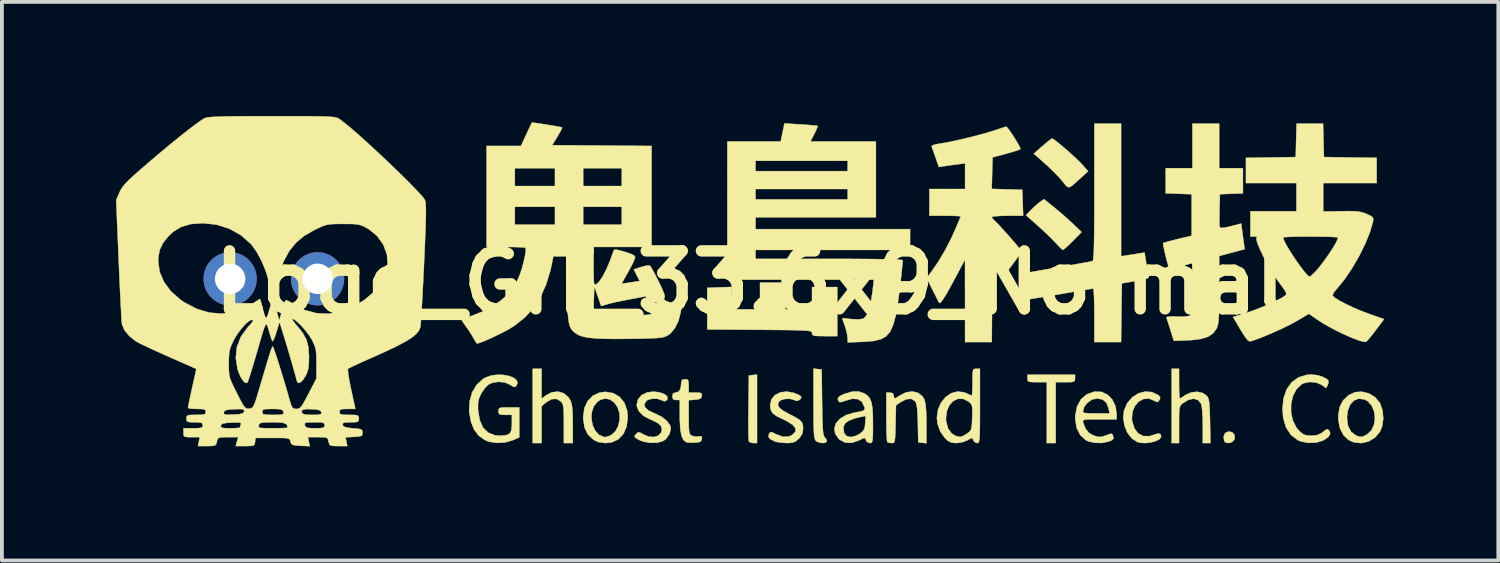
<source format=kicad_pcb>
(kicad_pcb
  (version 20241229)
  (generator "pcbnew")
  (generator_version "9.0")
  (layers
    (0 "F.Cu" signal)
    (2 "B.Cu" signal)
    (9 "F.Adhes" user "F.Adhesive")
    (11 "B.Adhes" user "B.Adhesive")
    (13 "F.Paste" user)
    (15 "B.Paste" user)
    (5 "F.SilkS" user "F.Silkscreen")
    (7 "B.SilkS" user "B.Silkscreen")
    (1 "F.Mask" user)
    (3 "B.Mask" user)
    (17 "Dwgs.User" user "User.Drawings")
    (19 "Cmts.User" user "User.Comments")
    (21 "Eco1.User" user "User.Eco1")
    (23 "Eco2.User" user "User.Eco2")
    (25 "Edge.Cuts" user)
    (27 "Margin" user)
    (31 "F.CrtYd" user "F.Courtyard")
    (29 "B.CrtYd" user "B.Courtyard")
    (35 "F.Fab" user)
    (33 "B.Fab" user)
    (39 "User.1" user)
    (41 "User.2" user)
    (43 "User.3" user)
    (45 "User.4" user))
  (footprint "Logo_GIT_33.6x9_Normal"
    (layer "F.Cu")
    (at 16.702 4.382)
    (property "Reference" "Logo_GIT_33.6x9_Normal" (at 0 0 0) (layer "F.SilkS") (effects (font (size 1.524 1.524) (thickness 0.3))))
    (attr through_hole)
    (fp_poly (pts (xy 12.653 3.934) (xy 12.713 4.005) (xy 12.716 4.103) (xy 12.7 4.142) (xy 12.637 4.199) (xy 12.55 4.22) (xy 12.472 4.201) (xy 12.442 4.165) (xy 12.425 4.047) (xy 12.465 3.957) (xy 12.551 3.915) (xy 12.653 3.934)) (stroke (width 0.01) (type solid)) (fill yes) (layer "F.SilkS"))
    (fp_poly (pts (xy 0.156 4.22) (xy 0.057 4.22) (xy -0.024 4.203) (xy -0.061 4.17) (xy -0.066 4.118) (xy -0.069 4) (xy -0.072 3.828) (xy -0.072 3.614) (xy -0.07 3.371) (xy -0.069 3.281) (xy -0.059 2.442) (xy 0.049 2.43) (xy 0.156 2.418) (xy 0.156 4.22)) (stroke (width 0.01) (type solid)) (fill yes) (layer "F.SilkS"))
    (fp_poly (pts (xy 8.519 2.52) (xy 8.514 2.573) (xy 8.489 2.602) (xy 8.426 2.615) (xy 8.306 2.618) (xy 8.265 2.618) (xy 8.011 2.618) (xy 8.011 4.22) (xy 7.776 4.22) (xy 7.776 2.618) (xy 7.522 2.618) (xy 7.386 2.616) (xy 7.31 2.607) (xy 7.276 2.582) (xy 7.268 2.536) (xy 7.268 2.52) (xy 7.268 2.423) (xy 8.519 2.423) (xy 8.519 2.52)) (stroke (width 0.01) (type solid)) (fill yes) (layer "F.SilkS"))
    (fp_poly (pts (xy 7.983 -1.968) (xy 8.143 -1.835) (xy 8.31 -1.688) (xy 8.455 -1.556) (xy 8.478 -1.534) (xy 8.691 -1.328) (xy 8.46 -1.094) (xy 8.351 -0.987) (xy 8.263 -0.906) (xy 8.209 -0.863) (xy 8.201 -0.86) (xy 8.162 -0.887) (xy 8.091 -0.957) (xy 8.024 -1.029) (xy 7.93 -1.128) (xy 7.797 -1.259) (xy 7.647 -1.4) (xy 7.552 -1.486) (xy 7.229 -1.774) (xy 7.356 -1.906) (xy 7.461 -2.007) (xy 7.566 -2.097) (xy 7.592 -2.117) (xy 7.7 -2.195) (xy 7.983 -1.968)) (stroke (width 0.01) (type solid)) (fill yes) (layer "F.SilkS"))
    (fp_poly (pts (xy 1.749 2.274) (xy 1.856 2.286) (xy 1.867 3.151) (xy 1.871 3.443) (xy 1.877 3.666) (xy 1.884 3.829) (xy 1.895 3.942) (xy 1.908 4.014) (xy 1.926 4.055) (xy 1.935 4.065) (xy 1.984 4.131) (xy 1.993 4.166) (xy 1.961 4.207) (xy 1.885 4.22) (xy 1.793 4.207) (xy 1.714 4.169) (xy 1.703 4.159) (xy 1.683 4.129) (xy 1.668 4.079) (xy 1.656 3.998) (xy 1.649 3.877) (xy 1.644 3.706) (xy 1.642 3.477) (xy 1.641 3.179) (xy 1.641 2.261) (xy 1.749 2.274)) (stroke (width 0.01) (type solid)) (fill yes) (layer "F.SilkS"))
    (fp_poly (pts (xy 7.96 -3.766) (xy 8.049 -3.699) (xy 8.167 -3.602) (xy 8.302 -3.487) (xy 8.439 -3.365) (xy 8.566 -3.248) (xy 8.668 -3.147) (xy 8.709 -3.103) (xy 8.864 -2.928) (xy 8.681 -2.763) (xy 8.538 -2.633) (xy 8.441 -2.55) (xy 8.374 -2.511) (xy 8.324 -2.513) (xy 8.276 -2.554) (xy 8.215 -2.631) (xy 8.187 -2.667) (xy 8.086 -2.782) (xy 7.948 -2.924) (xy 7.797 -3.069) (xy 7.732 -3.127) (xy 7.434 -3.391) (xy 7.661 -3.591) (xy 7.772 -3.685) (xy 7.861 -3.756) (xy 7.91 -3.789) (xy 7.915 -3.79) (xy 7.96 -3.766)) (stroke (width 0.01) (type solid)) (fill yes) (layer "F.SilkS"))
    (fp_poly (pts (xy -5.51 3.054) (xy -5.408 2.974) (xy -5.245 2.885) (xy -5.078 2.865) (xy -4.925 2.91) (xy -4.801 3.017) (xy -4.758 3.087) (xy -4.727 3.165) (xy -4.707 3.265) (xy -4.695 3.403) (xy -4.69 3.595) (xy -4.689 3.722) (xy -4.689 4.22) (xy -4.924 4.22) (xy -4.924 3.712) (xy -4.925 3.501) (xy -4.929 3.353) (xy -4.94 3.254) (xy -4.957 3.19) (xy -4.984 3.146) (xy -5.002 3.126) (xy -5.117 3.058) (xy -5.247 3.065) (xy -5.387 3.147) (xy -5.39 3.149) (xy -5.51 3.25) (xy -5.51 4.22) (xy -5.744 4.22) (xy -5.744 2.266) (xy -5.51 2.266) (xy -5.51 3.054)) (stroke (width 0.01) (type solid)) (fill yes) (layer "F.SilkS"))
    (fp_poly (pts (xy 0.899 0.703) (xy 1.602 0.703) (xy 1.602 0.117) (xy 2.266 0.117) (xy 2.266 1.407) (xy 1.934 1.407) (xy 1.773 1.405) (xy 1.674 1.399) (xy 1.623 1.383) (xy 1.604 1.355) (xy 1.602 1.329) (xy 1.6 1.309) (xy 1.588 1.292) (xy 1.559 1.279) (xy 1.506 1.268) (xy 1.42 1.261) (xy 1.294 1.255) (xy 1.121 1.25) (xy 0.892 1.247) (xy 0.601 1.244) (xy 0.24 1.241) (xy 0.225 1.241) (xy -1.153 1.231) (xy -1.153 0.137) (xy -0.83 0.125) (xy -0.508 0.114) (xy -0.508 0.703) (xy 0.234 0.703) (xy 0.234 0) (xy 0.899 0) (xy 0.899 0.703)) (stroke (width 0.01) (type solid)) (fill yes) (layer "F.SilkS"))
    (fp_poly (pts (xy 10.542 2.879) (xy 10.698 2.952) (xy 10.756 3.006) (xy 10.752 3.061) (xy 10.737 3.088) (xy 10.695 3.138) (xy 10.646 3.132) (xy 10.602 3.105) (xy 10.458 3.049) (xy 10.317 3.061) (xy 10.191 3.13) (xy 10.091 3.246) (xy 10.028 3.4) (xy 10.013 3.581) (xy 10.02 3.641) (xy 10.079 3.832) (xy 10.18 3.965) (xy 10.315 4.035) (xy 10.477 4.037) (xy 10.571 4.008) (xy 10.694 3.969) (xy 10.763 3.981) (xy 10.785 4.045) (xy 10.785 4.046) (xy 10.75 4.109) (xy 10.657 4.162) (xy 10.527 4.2) (xy 10.382 4.219) (xy 10.241 4.213) (xy 10.16 4.193) (xy 10.015 4.101) (xy 9.898 3.953) (xy 9.82 3.768) (xy 9.786 3.566) (xy 9.807 3.366) (xy 9.808 3.361) (xy 9.893 3.167) (xy 10.023 3.016) (xy 10.184 2.913) (xy 10.361 2.866) (xy 10.542 2.879)) (stroke (width 0.01) (type solid)) (fill yes) (layer "F.SilkS"))
    (fp_poly (pts (xy 11.254 2.657) (xy 11.256 2.821) (xy 11.261 2.951) (xy 11.269 3.031) (xy 11.275 3.048) (xy 11.317 3.027) (xy 11.395 2.975) (xy 11.415 2.96) (xy 11.562 2.89) (xy 11.723 2.87) (xy 11.873 2.901) (xy 11.966 2.961) (xy 12.001 3) (xy 12.025 3.047) (xy 12.042 3.114) (xy 12.053 3.216) (xy 12.061 3.365) (xy 12.067 3.576) (xy 12.068 3.635) (xy 12.08 4.22) (xy 11.879 4.22) (xy 11.879 3.753) (xy 11.875 3.541) (xy 11.864 3.363) (xy 11.848 3.235) (xy 11.834 3.186) (xy 11.753 3.088) (xy 11.638 3.053) (xy 11.499 3.083) (xy 11.355 3.17) (xy 11.313 3.206) (xy 11.285 3.246) (xy 11.267 3.304) (xy 11.258 3.397) (xy 11.255 3.538) (xy 11.254 3.735) (xy 11.254 4.22) (xy 11.059 4.22) (xy 11.059 2.266) (xy 11.254 2.266) (xy 11.254 2.657)) (stroke (width 0.01) (type solid)) (fill yes) (layer "F.SilkS"))
    (fp_poly (pts (xy -3.624 2.907) (xy -3.456 3.006) (xy -3.332 3.16) (xy -3.26 3.363) (xy -3.243 3.532) (xy -3.272 3.778) (xy -3.354 3.975) (xy -3.487 4.117) (xy -3.664 4.2) (xy -3.83 4.22) (xy -4.026 4.191) (xy -4.146 4.132) (xy -4.292 3.994) (xy -4.38 3.812) (xy -4.414 3.586) (xy -4.198 3.586) (xy -4.166 3.751) (xy -4.098 3.896) (xy -3.999 4.005) (xy -3.872 4.059) (xy -3.837 4.062) (xy -3.769 4.047) (xy -3.676 4.007) (xy -3.576 3.918) (xy -3.499 3.783) (xy -3.455 3.603) (xy -3.461 3.432) (xy -3.511 3.28) (xy -3.594 3.159) (xy -3.702 3.078) (xy -3.826 3.048) (xy -3.958 3.079) (xy -4.044 3.136) (xy -4.141 3.261) (xy -4.191 3.417) (xy -4.198 3.586) (xy -4.414 3.586) (xy -4.415 3.578) (xy -4.416 3.532) (xy -4.385 3.301) (xy -4.297 3.112) (xy -4.16 2.972) (xy -3.98 2.89) (xy -3.83 2.872) (xy -3.624 2.907)) (stroke (width 0.01) (type solid)) (fill yes) (layer "F.SilkS"))
    (fp_poly (pts (xy 4.392 2.899) (xy 4.509 2.991) (xy 4.557 3.073) (xy 4.585 3.187) (xy 4.603 3.371) (xy 4.611 3.628) (xy 4.611 3.714) (xy 4.611 4.225) (xy 4.504 4.213) (xy 4.396 4.201) (xy 4.385 3.694) (xy 4.378 3.473) (xy 4.368 3.316) (xy 4.352 3.211) (xy 4.33 3.146) (xy 4.311 3.118) (xy 4.208 3.056) (xy 4.078 3.067) (xy 3.943 3.137) (xy 3.81 3.227) (xy 3.799 3.724) (xy 3.794 3.928) (xy 3.788 4.067) (xy 3.778 4.153) (xy 3.762 4.199) (xy 3.738 4.217) (xy 3.702 4.22) (xy 3.698 4.22) (xy 3.617 4.21) (xy 3.582 4.194) (xy 3.573 4.148) (xy 3.566 4.038) (xy 3.56 3.876) (xy 3.557 3.678) (xy 3.556 3.53) (xy 3.556 2.892) (xy 3.654 2.892) (xy 3.73 2.91) (xy 3.751 2.97) (xy 3.759 3.03) (xy 3.791 3.041) (xy 3.862 3.002) (xy 3.908 2.97) (xy 4.075 2.885) (xy 4.242 2.863) (xy 4.392 2.899)) (stroke (width 0.01) (type solid)) (fill yes) (layer "F.SilkS"))
    (fp_poly (pts (xy 16.243 2.913) (xy 16.406 3.011) (xy 16.53 3.156) (xy 16.546 3.185) (xy 16.607 3.369) (xy 16.624 3.576) (xy 16.597 3.777) (xy 16.543 3.913) (xy 16.41 4.073) (xy 16.238 4.178) (xy 16.046 4.222) (xy 15.85 4.2) (xy 15.716 4.141) (xy 15.579 4.014) (xy 15.486 3.833) (xy 15.443 3.614) (xy 15.443 3.56) (xy 15.67 3.56) (xy 15.697 3.767) (xy 15.778 3.922) (xy 15.908 4.021) (xy 15.919 4.026) (xy 16.012 4.055) (xy 16.086 4.05) (xy 16.178 4.004) (xy 16.203 3.989) (xy 16.317 3.879) (xy 16.383 3.729) (xy 16.405 3.559) (xy 16.383 3.387) (xy 16.32 3.234) (xy 16.215 3.117) (xy 16.13 3.072) (xy 15.979 3.052) (xy 15.851 3.101) (xy 15.752 3.212) (xy 15.689 3.376) (xy 15.67 3.56) (xy 15.443 3.56) (xy 15.443 3.472) (xy 15.481 3.263) (xy 15.566 3.101) (xy 15.712 2.961) (xy 15.715 2.96) (xy 15.879 2.882) (xy 16.061 2.868) (xy 16.243 2.913)) (stroke (width 0.01) (type solid)) (fill yes) (layer "F.SilkS"))
    (fp_poly (pts (xy 14.883 2.433) (xy 15.029 2.476) (xy 15.141 2.536) (xy 15.181 2.578) (xy 15.183 2.639) (xy 15.162 2.696) (xy 15.12 2.775) (xy 15.008 2.692) (xy 14.864 2.628) (xy 14.694 2.613) (xy 14.532 2.646) (xy 14.473 2.676) (xy 14.338 2.809) (xy 14.247 2.988) (xy 14.201 3.196) (xy 14.2 3.415) (xy 14.246 3.627) (xy 14.34 3.813) (xy 14.406 3.892) (xy 14.502 3.976) (xy 14.593 4.015) (xy 14.719 4.025) (xy 14.73 4.025) (xy 14.878 4.012) (xy 14.989 3.964) (xy 15.037 3.928) (xy 15.116 3.868) (xy 15.162 3.857) (xy 15.202 3.89) (xy 15.204 3.892) (xy 15.231 3.973) (xy 15.181 4.058) (xy 15.056 4.145) (xy 15.042 4.152) (xy 14.865 4.206) (xy 14.66 4.215) (xy 14.462 4.178) (xy 14.374 4.141) (xy 14.196 4.004) (xy 14.069 3.811) (xy 13.994 3.566) (xy 13.973 3.322) (xy 14.002 3.039) (xy 14.086 2.802) (xy 14.219 2.618) (xy 14.399 2.49) (xy 14.619 2.425) (xy 14.73 2.417) (xy 14.883 2.433)) (stroke (width 0.01) (type solid)) (fill yes) (layer "F.SilkS"))
    (fp_poly (pts (xy -2.388 2.891) (xy -2.261 2.942) (xy -2.198 3.006) (xy -2.205 3.076) (xy -2.223 3.098) (xy -2.279 3.123) (xy -2.345 3.096) (xy -2.457 3.057) (xy -2.589 3.052) (xy -2.706 3.079) (xy -2.752 3.109) (xy -2.807 3.197) (xy -2.789 3.281) (xy -2.697 3.363) (xy -2.528 3.444) (xy -2.49 3.459) (xy -2.34 3.536) (xy -2.215 3.638) (xy -2.133 3.748) (xy -2.11 3.831) (xy -2.144 3.976) (xy -2.232 4.105) (xy -2.311 4.165) (xy -2.465 4.21) (xy -2.652 4.214) (xy -2.839 4.18) (xy -2.944 4.138) (xy -3.035 4.086) (xy -3.067 4.05) (xy -3.049 4.01) (xy -3.028 3.986) (xy -2.981 3.941) (xy -2.936 3.936) (xy -2.864 3.973) (xy -2.839 3.988) (xy -2.691 4.051) (xy -2.551 4.06) (xy -2.436 4.021) (xy -2.363 3.939) (xy -2.345 3.851) (xy -2.371 3.767) (xy -2.457 3.691) (xy -2.61 3.615) (xy -2.657 3.596) (xy -2.834 3.502) (xy -2.954 3.381) (xy -3.007 3.245) (xy -3.009 3.215) (xy -2.974 3.069) (xy -2.88 2.958) (xy -2.738 2.888) (xy -2.562 2.865) (xy -2.388 2.891)) (stroke (width 0.01) (type solid)) (fill yes) (layer "F.SilkS"))
    (fp_poly (pts (xy -1.679 2.547) (xy -1.65 2.583) (xy -1.642 2.668) (xy -1.641 2.716) (xy -1.641 2.892) (xy -1.463 2.892) (xy -1.354 2.895) (xy -1.304 2.913) (xy -1.294 2.955) (xy -1.297 2.98) (xy -1.318 3.037) (xy -1.376 3.067) (xy -1.475 3.08) (xy -1.641 3.092) (xy -1.641 3.537) (xy -1.64 3.731) (xy -1.635 3.861) (xy -1.624 3.943) (xy -1.605 3.99) (xy -1.574 4.018) (xy -1.559 4.027) (xy -1.457 4.052) (xy -1.381 4.046) (xy -1.311 4.038) (xy -1.293 4.075) (xy -1.296 4.111) (xy -1.316 4.168) (xy -1.367 4.196) (xy -1.473 4.208) (xy -1.485 4.208) (xy -1.603 4.209) (xy -1.692 4.2) (xy -1.71 4.195) (xy -1.781 4.137) (xy -1.831 4.025) (xy -1.862 3.854) (xy -1.875 3.616) (xy -1.876 3.519) (xy -1.876 3.087) (xy -1.973 3.087) (xy -2.048 3.071) (xy -2.071 3.007) (xy -2.071 2.989) (xy -2.055 2.915) (xy -1.991 2.892) (xy -1.978 2.892) (xy -1.897 2.861) (xy -1.85 2.767) (xy -1.837 2.628) (xy -1.818 2.56) (xy -1.747 2.54) (xy -1.739 2.54) (xy -1.679 2.547)) (stroke (width 0.01) (type solid)) (fill yes) (layer "F.SilkS"))
    (fp_poly (pts (xy 1.121 2.898) (xy 1.154 2.91) (xy 1.272 2.961) (xy 1.321 3.005) (xy 1.308 3.051) (xy 1.272 3.085) (xy 1.204 3.112) (xy 1.134 3.088) (xy 1.025 3.057) (xy 0.898 3.059) (xy 0.787 3.089) (xy 0.727 3.136) (xy 0.705 3.213) (xy 0.742 3.289) (xy 0.845 3.37) (xy 1.005 3.458) (xy 1.17 3.543) (xy 1.276 3.611) (xy 1.336 3.675) (xy 1.362 3.749) (xy 1.368 3.837) (xy 1.349 3.969) (xy 1.281 4.077) (xy 1.253 4.106) (xy 1.172 4.176) (xy 1.088 4.209) (xy 0.969 4.218) (xy 0.931 4.218) (xy 0.792 4.209) (xy 0.671 4.19) (xy 0.627 4.177) (xy 0.507 4.118) (xy 0.457 4.058) (xy 0.467 3.989) (xy 0.471 3.982) (xy 0.5 3.938) (xy 0.536 3.931) (xy 0.605 3.96) (xy 0.655 3.986) (xy 0.835 4.054) (xy 0.99 4.049) (xy 1.085 4.003) (xy 1.165 3.92) (xy 1.167 3.832) (xy 1.094 3.741) (xy 0.943 3.644) (xy 0.821 3.585) (xy 0.661 3.506) (xy 0.563 3.43) (xy 0.514 3.341) (xy 0.5 3.224) (xy 0.5 3.216) (xy 0.534 3.07) (xy 0.627 2.958) (xy 0.765 2.887) (xy 0.934 2.865) (xy 1.121 2.898)) (stroke (width 0.01) (type solid)) (fill yes) (layer "F.SilkS"))
    (fp_poly (pts (xy 9.213 2.873) (xy 9.372 2.946) (xy 9.498 3.075) (xy 9.582 3.248) (xy 9.612 3.449) (xy 9.613 3.595) (xy 9.161 3.595) (xy 8.968 3.596) (xy 8.84 3.599) (xy 8.766 3.607) (xy 8.732 3.623) (xy 8.726 3.65) (xy 8.734 3.683) (xy 8.797 3.846) (xy 8.887 3.953) (xy 8.97 4.004) (xy 9.098 4.053) (xy 9.206 4.057) (xy 9.335 4.018) (xy 9.357 4.009) (xy 9.447 3.976) (xy 9.491 3.979) (xy 9.512 4.012) (xy 9.532 4.09) (xy 9.502 4.138) (xy 9.412 4.177) (xy 9.226 4.216) (xy 9.03 4.213) (xy 8.859 4.171) (xy 8.804 4.144) (xy 8.656 4.009) (xy 8.562 3.823) (xy 8.524 3.593) (xy 8.526 3.491) (xy 8.543 3.406) (xy 8.728 3.406) (xy 8.758 3.425) (xy 8.833 3.434) (xy 8.966 3.438) (xy 9.067 3.439) (xy 9.427 3.439) (xy 9.402 3.314) (xy 9.345 3.163) (xy 9.246 3.075) (xy 9.104 3.048) (xy 8.961 3.075) (xy 8.856 3.151) (xy 8.789 3.226) (xy 8.754 3.279) (xy 8.753 3.285) (xy 8.741 3.345) (xy 8.73 3.377) (xy 8.728 3.406) (xy 8.543 3.406) (xy 8.572 3.256) (xy 8.673 3.07) (xy 8.825 2.939) (xy 9.023 2.868) (xy 9.032 2.867) (xy 9.213 2.873)) (stroke (width 0.01) (type solid)) (fill yes) (layer "F.SilkS"))
    (fp_poly (pts (xy -6.524 2.426) (xy -6.376 2.452) (xy -6.255 2.498) (xy -6.171 2.559) (xy -6.14 2.632) (xy -6.173 2.714) (xy -6.173 2.715) (xy -6.214 2.746) (xy -6.267 2.733) (xy -6.332 2.689) (xy -6.475 2.625) (xy -6.646 2.608) (xy -6.813 2.636) (xy -6.912 2.685) (xy -6.992 2.765) (xy -7.075 2.881) (xy -7.105 2.933) (xy -7.157 3.051) (xy -7.181 3.165) (xy -7.182 3.31) (xy -7.179 3.361) (xy -7.137 3.617) (xy -7.049 3.812) (xy -6.914 3.945) (xy -6.735 4.014) (xy -6.611 4.025) (xy -6.453 4.015) (xy -6.356 3.977) (xy -6.308 3.895) (xy -6.292 3.755) (xy -6.291 3.711) (xy -6.291 3.478) (xy -6.467 3.478) (xy -6.576 3.474) (xy -6.627 3.454) (xy -6.642 3.407) (xy -6.643 3.38) (xy -6.639 3.329) (xy -6.616 3.3) (xy -6.556 3.286) (xy -6.442 3.283) (xy -6.37 3.282) (xy -6.096 3.282) (xy -6.096 4.068) (xy -6.262 4.143) (xy -6.462 4.202) (xy -6.682 4.216) (xy -6.889 4.185) (xy -7.001 4.141) (xy -7.169 4.021) (xy -7.289 3.856) (xy -7.366 3.661) (xy -7.415 3.39) (xy -7.404 3.129) (xy -7.338 2.891) (xy -7.219 2.689) (xy -7.053 2.536) (xy -6.988 2.497) (xy -6.842 2.445) (xy -6.684 2.422) (xy -6.524 2.426)) (stroke (width 0.01) (type solid)) (fill yes) (layer "F.SilkS"))
    (fp_poly (pts (xy 2.971 2.912) (xy 3.059 2.969) (xy 3.122 3.043) (xy 3.164 3.147) (xy 3.19 3.293) (xy 3.202 3.494) (xy 3.204 3.71) (xy 3.204 3.918) (xy 3.201 4.06) (xy 3.193 4.149) (xy 3.179 4.197) (xy 3.157 4.216) (xy 3.124 4.22) (xy 3.122 4.22) (xy 3.045 4.187) (xy 3.021 4.144) (xy 3.005 4.097) (xy 2.976 4.087) (xy 2.912 4.112) (xy 2.85 4.144) (xy 2.653 4.213) (xy 2.479 4.209) (xy 2.331 4.132) (xy 2.303 4.106) (xy 2.21 3.971) (xy 2.189 3.831) (xy 2.19 3.828) (xy 2.429 3.828) (xy 2.445 3.957) (xy 2.512 4.036) (xy 2.62 4.062) (xy 2.755 4.03) (xy 2.857 3.975) (xy 2.94 3.908) (xy 2.982 3.835) (xy 3 3.722) (xy 3.001 3.696) (xy 3.014 3.507) (xy 2.865 3.534) (xy 2.722 3.572) (xy 2.583 3.625) (xy 2.579 3.627) (xy 2.483 3.688) (xy 2.44 3.765) (xy 2.429 3.828) (xy 2.19 3.828) (xy 2.233 3.698) (xy 2.338 3.578) (xy 2.497 3.483) (xy 2.704 3.421) (xy 2.718 3.419) (xy 2.864 3.392) (xy 2.947 3.369) (xy 2.983 3.339) (xy 2.985 3.296) (xy 2.98 3.271) (xy 2.916 3.136) (xy 2.807 3.064) (xy 2.656 3.055) (xy 2.473 3.108) (xy 2.374 3.142) (xy 2.32 3.139) (xy 2.299 3.117) (xy 2.278 3.053) (xy 2.312 2.999) (xy 2.411 2.945) (xy 2.465 2.923) (xy 2.666 2.865) (xy 2.834 2.864) (xy 2.971 2.912)) (stroke (width 0.01) (type solid)) (fill yes) (layer "F.SilkS"))
    (fp_poly (pts (xy 9.73 -0.693) (xy 9.877 -0.716) (xy 10.018 -0.738) (xy 10.169 -0.762) (xy 10.185 -0.765) (xy 10.347 -0.79) (xy 10.393 -0.503) (xy 10.417 -0.356) (xy 10.439 -0.237) (xy 10.453 -0.17) (xy 10.454 -0.166) (xy 10.456 -0.14) (xy 10.433 -0.118) (xy 10.373 -0.097) (xy 10.265 -0.073) (xy 10.095 -0.041) (xy 10.023 -0.028) (xy 9.75 0.02) (xy 9.739 0.792) (xy 9.729 1.563) (xy 9.027 1.563) (xy 9.027 0.86) (xy 9.025 0.635) (xy 9.021 0.44) (xy 9.014 0.287) (xy 9.006 0.189) (xy 8.997 0.156) (xy 8.952 0.163) (xy 8.841 0.181) (xy 8.675 0.209) (xy 8.466 0.244) (xy 8.224 0.286) (xy 8.072 0.312) (xy 7.818 0.356) (xy 7.59 0.393) (xy 7.401 0.423) (xy 7.26 0.444) (xy 7.178 0.454) (xy 7.163 0.454) (xy 7.15 0.413) (xy 7.13 0.317) (xy 7.105 0.188) (xy 7.081 0.048) (xy 7.06 -0.08) (xy 7.046 -0.177) (xy 7.044 -0.219) (xy 7.044 -0.219) (xy 7.084 -0.228) (xy 7.19 -0.248) (xy 7.351 -0.277) (xy 7.558 -0.313) (xy 7.8 -0.355) (xy 7.991 -0.388) (xy 8.254 -0.433) (xy 8.493 -0.475) (xy 8.696 -0.512) (xy 8.852 -0.54) (xy 8.95 -0.559) (xy 8.978 -0.566) (xy 8.99 -0.587) (xy 9 -0.643) (xy 9.008 -0.74) (xy 9.015 -0.883) (xy 9.019 -1.079) (xy 9.023 -1.331) (xy 9.025 -1.647) (xy 9.027 -2.031) (xy 9.027 -2.382) (xy 9.027 -4.181) (xy 9.73 -4.181) (xy 9.73 -0.693)) (stroke (width 0.01) (type solid)) (fill yes) (layer "F.SilkS"))
    (fp_poly (pts (xy 6.018 3.243) (xy 6.018 3.544) (xy 6.016 3.776) (xy 6.014 3.948) (xy 6.008 4.069) (xy 6 4.147) (xy 5.988 4.193) (xy 5.972 4.214) (xy 5.95 4.22) (xy 5.942 4.22) (xy 5.87 4.188) (xy 5.843 4.144) (xy 5.823 4.096) (xy 5.792 4.09) (xy 5.726 4.124) (xy 5.693 4.144) (xy 5.554 4.199) (xy 5.398 4.22) (xy 5.274 4.209) (xy 5.179 4.162) (xy 5.1 4.091) (xy 4.979 3.923) (xy 4.904 3.717) (xy 4.886 3.564) (xy 5.124 3.564) (xy 5.128 3.635) (xy 5.175 3.829) (xy 5.274 3.966) (xy 5.373 4.027) (xy 5.465 4.056) (xy 5.541 4.048) (xy 5.634 3.998) (xy 5.67 3.975) (xy 5.734 3.929) (xy 5.774 3.884) (xy 5.796 3.82) (xy 5.807 3.718) (xy 5.814 3.558) (xy 5.814 3.549) (xy 5.818 3.385) (xy 5.815 3.28) (xy 5.799 3.214) (xy 5.766 3.169) (xy 5.721 3.13) (xy 5.58 3.058) (xy 5.442 3.055) (xy 5.317 3.113) (xy 5.216 3.222) (xy 5.148 3.376) (xy 5.124 3.564) (xy 4.886 3.564) (xy 4.885 3.556) (xy 4.914 3.343) (xy 4.994 3.158) (xy 5.113 3.011) (xy 5.261 2.909) (xy 5.426 2.864) (xy 5.597 2.884) (xy 5.652 2.906) (xy 5.743 2.947) (xy 5.799 2.969) (xy 5.804 2.97) (xy 5.812 2.934) (xy 5.818 2.837) (xy 5.822 2.697) (xy 5.822 2.618) (xy 5.823 2.452) (xy 5.828 2.348) (xy 5.842 2.293) (xy 5.868 2.271) (xy 5.912 2.266) (xy 5.92 2.266) (xy 6.018 2.266) (xy 6.018 3.243)) (stroke (width 0.01) (type solid)) (fill yes) (layer "F.SilkS"))
    (fp_poly (pts (xy 1.308 -4.16) (xy 1.482 -4.148) (xy 1.625 -4.136) (xy 1.72 -4.127) (xy 1.751 -4.122) (xy 1.742 -4.084) (xy 1.705 -3.998) (xy 1.663 -3.912) (xy 1.562 -3.712) (xy 3.282 -3.712) (xy 3.282 -1.719) (xy 0.117 -1.719) (xy 0.117 -1.407) (xy 4.181 -1.407) (xy 4.181 -0.86) (xy 0.117 -0.86) (xy 0.117 -0.625) (xy 2.052 -0.625) (xy 2.436 -0.625) (xy 2.794 -0.623) (xy 3.119 -0.62) (xy 3.403 -0.616) (xy 3.639 -0.611) (xy 3.819 -0.605) (xy 3.937 -0.599) (xy 3.985 -0.592) (xy 3.986 -0.591) (xy 3.981 -0.496) (xy 3.966 -0.341) (xy 3.945 -0.145) (xy 3.919 0.074) (xy 3.891 0.298) (xy 3.863 0.509) (xy 3.837 0.689) (xy 3.815 0.819) (xy 3.807 0.855) (xy 3.74 1.102) (xy 3.66 1.284) (xy 3.554 1.41) (xy 3.41 1.49) (xy 3.215 1.536) (xy 2.956 1.557) (xy 2.941 1.557) (xy 2.54 1.572) (xy 2.539 1.46) (xy 2.525 1.359) (xy 2.492 1.223) (xy 2.466 1.14) (xy 2.394 0.933) (xy 2.638 0.959) (xy 2.817 0.968) (xy 2.94 0.951) (xy 2.964 0.941) (xy 3.032 0.865) (xy 3.095 0.719) (xy 3.148 0.511) (xy 3.191 0.248) (xy 3.196 0.205) (xy 3.229 -0.078) (xy -0.625 -0.078) (xy -0.625 -2.462) (xy 0.117 -2.462) (xy 0.117 -2.188) (xy 2.54 -2.188) (xy 2.54 -2.462) (xy 0.117 -2.462) (xy -0.625 -2.462) (xy -0.625 -3.204) (xy 0.117 -3.204) (xy 0.117 -2.931) (xy 2.54 -2.931) (xy 2.54 -3.204) (xy 0.117 -3.204) (xy -0.625 -3.204) (xy -0.625 -3.712) (xy 0.778 -3.712) (xy 0.827 -3.95) (xy 0.876 -4.187) (xy 1.308 -4.16)) (stroke (width 0.01) (type solid)) (fill yes) (layer "F.SilkS"))
    (fp_poly (pts (xy 12.309 -3.009) (xy 12.934 -3.009) (xy 12.934 -2.348) (xy 12.329 -2.325) (xy 12.318 -1.917) (xy 12.315 -1.743) (xy 12.315 -1.596) (xy 12.32 -1.495) (xy 12.325 -1.462) (xy 12.353 -1.44) (xy 12.423 -1.441) (xy 12.548 -1.466) (xy 12.616 -1.483) (xy 12.888 -1.553) (xy 12.911 -1.382) (xy 12.932 -1.226) (xy 12.954 -1.066) (xy 12.957 -1.044) (xy 12.98 -0.878) (xy 12.791 -0.828) (xy 12.643 -0.789) (xy 12.497 -0.75) (xy 12.456 -0.739) (xy 12.309 -0.7) (xy 12.309 0.187) (xy 12.308 0.481) (xy 12.306 0.708) (xy 12.301 0.878) (xy 12.292 1.002) (xy 12.28 1.092) (xy 12.262 1.158) (xy 12.241 1.209) (xy 12.151 1.333) (xy 12.019 1.422) (xy 11.836 1.48) (xy 11.591 1.511) (xy 11.489 1.517) (xy 11.117 1.531) (xy 11.027 1.244) (xy 10.982 1.102) (xy 10.944 0.987) (xy 10.921 0.922) (xy 10.92 0.918) (xy 10.946 0.897) (xy 11.045 0.889) (xy 11.196 0.893) (xy 11.392 0.894) (xy 11.515 0.876) (xy 11.548 0.859) (xy 11.57 0.827) (xy 11.586 0.766) (xy 11.596 0.665) (xy 11.603 0.514) (xy 11.605 0.302) (xy 11.606 0.152) (xy 11.605 -0.066) (xy 11.604 -0.253) (xy 11.601 -0.397) (xy 11.599 -0.485) (xy 11.596 -0.507) (xy 11.556 -0.498) (xy 11.46 -0.474) (xy 11.326 -0.439) (xy 11.295 -0.431) (xy 11.156 -0.396) (xy 11.052 -0.372) (xy 11.001 -0.363) (xy 10.998 -0.363) (xy 10.978 -0.418) (xy 10.948 -0.522) (xy 10.913 -0.655) (xy 10.879 -0.794) (xy 10.852 -0.918) (xy 10.835 -1.007) (xy 10.834 -1.038) (xy 10.878 -1.056) (xy 10.981 -1.085) (xy 11.125 -1.123) (xy 11.22 -1.146) (xy 11.586 -1.233) (xy 11.586 -2.325) (xy 11.244 -2.336) (xy 10.902 -2.348) (xy 10.902 -3.009) (xy 11.606 -3.009) (xy 11.606 -4.181) (xy 12.309 -4.181) (xy 12.309 -3.009)) (stroke (width 0.01) (type solid)) (fill yes) (layer "F.SilkS"))
    (fp_poly (pts (xy 6.741 -4.073) (xy 6.801 -3.994) (xy 6.875 -3.885) (xy 6.952 -3.765) (xy 7.02 -3.65) (xy 7.068 -3.56) (xy 7.084 -3.513) (xy 7.083 -3.511) (xy 7.034 -3.488) (xy 6.927 -3.453) (xy 6.783 -3.41) (xy 6.701 -3.388) (xy 6.35 -3.294) (xy 6.339 -2.88) (xy 6.328 -2.465) (xy 6.73 -2.453) (xy 7.132 -2.442) (xy 7.143 -2.1) (xy 7.154 -1.758) (xy 6.742 -1.758) (xy 6.574 -1.755) (xy 6.438 -1.747) (xy 6.353 -1.735) (xy 6.33 -1.724) (xy 6.357 -1.674) (xy 6.396 -1.636) (xy 6.453 -1.582) (xy 6.542 -1.488) (xy 6.652 -1.367) (xy 6.772 -1.233) (xy 6.889 -1.1) (xy 6.992 -0.979) (xy 7.069 -0.885) (xy 7.109 -0.831) (xy 7.112 -0.824) (xy 7.09 -0.782) (xy 7.031 -0.693) (xy 6.947 -0.575) (xy 6.906 -0.52) (xy 6.7 -0.244) (xy 6.525 -0.573) (xy 6.35 -0.902) (xy 6.34 0.33) (xy 6.329 1.563) (xy 5.627 1.563) (xy 5.626 0.479) (xy 5.625 -0.606) (xy 5.362 -0.112) (xy 5.224 0.143) (xy 5.117 0.331) (xy 5.036 0.457) (xy 4.981 0.524) (xy 4.947 0.537) (xy 4.938 0.524) (xy 4.914 0.472) (xy 4.863 0.369) (xy 4.795 0.235) (xy 4.768 0.181) (xy 4.614 -0.12) (xy 4.749 -0.298) (xy 4.922 -0.548) (xy 5.099 -0.848) (xy 5.267 -1.174) (xy 5.36 -1.378) (xy 5.424 -1.528) (xy 5.475 -1.649) (xy 5.505 -1.724) (xy 5.51 -1.741) (xy 5.473 -1.748) (xy 5.375 -1.754) (xy 5.231 -1.758) (xy 5.1 -1.758) (xy 4.689 -1.758) (xy 4.689 -2.462) (xy 5.627 -2.462) (xy 5.627 -3.136) (xy 5.422 -3.11) (xy 5.272 -3.09) (xy 5.128 -3.069) (xy 5.077 -3.062) (xy 4.937 -3.04) (xy 4.859 -3.269) (xy 4.812 -3.401) (xy 4.773 -3.509) (xy 4.753 -3.559) (xy 4.751 -3.592) (xy 4.788 -3.618) (xy 4.878 -3.641) (xy 5.03 -3.667) (xy 5.247 -3.706) (xy 5.512 -3.764) (xy 5.798 -3.833) (xy 6.079 -3.907) (xy 6.328 -3.979) (xy 6.464 -4.023) (xy 6.586 -4.065) (xy 6.674 -4.094) (xy 6.707 -4.103) (xy 6.741 -4.073)) (stroke (width 0.01) (type solid)) (fill yes) (layer "F.SilkS"))
    (fp_poly (pts (xy 15.053 -3.742) (xy 15.064 -3.302) (xy 15.758 -3.291) (xy 16.451 -3.281) (xy 16.451 -2.618) (xy 15.045 -2.618) (xy 15.045 -1.87) (xy 15.523 -1.878) (xy 15.736 -1.88) (xy 15.89 -1.876) (xy 16.003 -1.863) (xy 16.097 -1.84) (xy 16.189 -1.804) (xy 16.191 -1.803) (xy 16.3 -1.752) (xy 16.352 -1.71) (xy 16.363 -1.658) (xy 16.352 -1.592) (xy 16.272 -1.32) (xy 16.147 -1.013) (xy 15.987 -0.692) (xy 15.804 -0.377) (xy 15.608 -0.087) (xy 15.41 0.157) (xy 15.386 0.182) (xy 15.321 0.266) (xy 15.293 0.332) (xy 15.296 0.347) (xy 15.356 0.401) (xy 15.474 0.475) (xy 15.636 0.56) (xy 15.826 0.651) (xy 16.029 0.738) (xy 16.232 0.815) (xy 16.239 0.818) (xy 16.645 0.961) (xy 16.426 1.252) (xy 16.327 1.381) (xy 16.242 1.484) (xy 16.185 1.546) (xy 16.17 1.558) (xy 16.099 1.554) (xy 15.974 1.518) (xy 15.809 1.455) (xy 15.618 1.372) (xy 15.416 1.275) (xy 15.216 1.171) (xy 15.032 1.066) (xy 14.886 0.971) (xy 14.668 0.819) (xy 14.346 1.011) (xy 14.167 1.108) (xy 13.943 1.218) (xy 13.697 1.328) (xy 13.455 1.429) (xy 13.243 1.509) (xy 13.147 1.54) (xy 13.103 1.542) (xy 13.058 1.513) (xy 13.001 1.443) (xy 12.921 1.32) (xy 12.869 1.234) (xy 12.673 0.904) (xy 13.009 0.8) (xy 13.195 0.737) (xy 13.401 0.657) (xy 13.607 0.57) (xy 13.796 0.483) (xy 13.947 0.404) (xy 14.039 0.347) (xy 14.068 0.317) (xy 14.072 0.279) (xy 14.044 0.22) (xy 13.98 0.125) (xy 13.894 0.009) (xy 13.786 -0.145) (xy 13.675 -0.322) (xy 13.566 -0.511) (xy 13.467 -0.698) (xy 13.384 -0.87) (xy 13.323 -1.016) (xy 13.29 -1.122) (xy 13.292 -1.176) (xy 13.294 -1.178) (xy 13.299 -1.188) (xy 13.99 -1.188) (xy 14.011 -1.117) (xy 14.068 -1.003) (xy 14.153 -0.859) (xy 14.254 -0.699) (xy 14.364 -0.538) (xy 14.471 -0.389) (xy 14.568 -0.266) (xy 14.643 -0.184) (xy 14.687 -0.156) (xy 14.729 -0.183) (xy 14.801 -0.249) (xy 14.835 -0.283) (xy 14.946 -0.412) (xy 15.065 -0.567) (xy 15.182 -0.732) (xy 15.288 -0.893) (xy 15.372 -1.033) (xy 15.423 -1.139) (xy 15.435 -1.185) (xy 15.398 -1.193) (xy 15.295 -1.201) (xy 15.138 -1.206) (xy 14.94 -1.21) (xy 14.712 -1.211) (xy 14.484 -1.21) (xy 14.286 -1.207) (xy 14.129 -1.202) (xy 14.026 -1.195) (xy 13.99 -1.188) (xy 13.299 -1.188) (xy 13.305 -1.202) (xy 13.24 -1.211) (xy 13.237 -1.211) (xy 13.13 -1.211) (xy 13.13 -1.876) (xy 14.341 -1.876) (xy 14.341 -2.618) (xy 13.013 -2.618) (xy 13.013 -3.281) (xy 13.667 -3.291) (xy 14.322 -3.302) (xy 14.333 -3.742) (xy 14.344 -4.181) (xy 15.042 -4.181) (xy 15.053 -3.742)) (stroke (width 0.01) (type solid)) (fill yes) (layer "F.SilkS"))
    (fp_poly (pts (xy -5.728 -4.207) (xy -5.633 -4.194) (xy -5.501 -4.174) (xy -5.351 -4.15) (xy -5.203 -4.126) (xy -5.077 -4.103) (xy -4.992 -4.086) (xy -4.968 -4.079) (xy -4.98 -4.043) (xy -5.024 -3.959) (xy -5.091 -3.845) (xy -5.093 -3.841) (xy -5.231 -3.615) (xy -3.925 -3.604) (xy -2.618 -3.594) (xy -2.618 -0.938) (xy -4.142 -0.938) (xy -4.142 -0.428) (xy -4.142 -0.221) (xy -4.139 -0.081) (xy -4.132 0.004) (xy -4.119 0.045) (xy -4.098 0.054) (xy -4.068 0.041) (xy -3.991 -0.031) (xy -3.902 -0.165) (xy -3.807 -0.349) (xy -3.712 -0.57) (xy -3.625 -0.813) (xy -3.621 -0.827) (xy -3.604 -0.858) (xy -3.568 -0.869) (xy -3.496 -0.858) (xy -3.372 -0.825) (xy -3.324 -0.811) (xy -3.165 -0.758) (xy -3.075 -0.711) (xy -3.048 -0.667) (xy -3.067 -0.606) (xy -3.116 -0.498) (xy -3.188 -0.36) (xy -3.224 -0.295) (xy -3.301 -0.159) (xy -3.361 -0.052) (xy -3.395 0.011) (xy -3.4 0.021) (xy -3.379 0.023) (xy -3.31 0.015) (xy -3.182 -0.003) (xy -3.077 -0.02) (xy -2.931 -0.043) (xy -3.008 -0.194) (xy -3.086 -0.346) (xy -2.887 -0.412) (xy -2.763 -0.445) (xy -2.677 -0.451) (xy -2.655 -0.443) (xy -2.624 -0.395) (xy -2.568 -0.293) (xy -2.494 -0.153) (xy -2.426 -0.019) (xy -2.336 0.171) (xy -2.284 0.3) (xy -2.269 0.375) (xy -2.279 0.4) (xy -2.296 0.439) (xy -2.236 0.483) (xy -2.098 0.532) (xy -2.018 0.554) (xy -1.828 0.603) (xy -1.853 0.78) (xy -1.906 0.996) (xy -1.998 1.188) (xy -2.117 1.334) (xy -2.188 1.387) (xy -2.239 1.412) (xy -2.297 1.432) (xy -2.374 1.447) (xy -2.481 1.458) (xy -2.629 1.465) (xy -2.828 1.471) (xy -3.09 1.476) (xy -3.215 1.478) (xy -3.577 1.481) (xy -3.87 1.477) (xy -4.104 1.466) (xy -4.287 1.447) (xy -4.428 1.418) (xy -4.536 1.38) (xy -4.62 1.33) (xy -4.631 1.321) (xy -4.687 1.272) (xy -4.732 1.218) (xy -4.766 1.149) (xy -4.791 1.055) (xy -4.81 0.926) (xy -4.824 0.753) (xy -4.832 0.554) (xy -4.14 0.554) (xy -4.137 0.669) (xy -4.117 0.751) (xy -4.069 0.806) (xy -3.983 0.838) (xy -3.851 0.854) (xy -3.661 0.859) (xy -3.405 0.86) (xy -3.346 0.86) (xy -3.089 0.859) (xy -2.899 0.856) (xy -2.765 0.85) (xy -2.675 0.84) (xy -2.618 0.825) (xy -2.583 0.803) (xy -2.571 0.791) (xy -2.517 0.701) (xy -2.485 0.612) (xy -2.472 0.535) (xy -2.5 0.514) (xy -2.57 0.526) (xy -2.658 0.532) (xy -2.709 0.488) (xy -2.725 0.456) (xy -2.769 0.361) (xy -3.172 0.435) (xy -3.364 0.472) (xy -3.549 0.511) (xy -3.7 0.546) (xy -3.76 0.562) (xy -3.944 0.616) (xy -4.033 0.357) (xy -4.123 0.098) (xy -4.134 0.4) (xy -4.14 0.554) (xy -4.832 0.554) (xy -4.833 0.526) (xy -4.841 0.236) (xy -4.845 0.059) (xy -4.865 -0.918) (xy -5.009 -0.93) (xy -5.104 -0.933) (xy -5.15 -0.906) (xy -5.173 -0.828) (xy -5.179 -0.794) (xy -5.273 -0.337) (xy -5.392 0.053) (xy -5.54 0.385) (xy -5.723 0.668) (xy -5.945 0.912) (xy -6.212 1.125) (xy -6.254 1.154) (xy -6.37 1.224) (xy -6.523 1.306) (xy -6.693 1.391) (xy -6.865 1.472) (xy -7.019 1.539) (xy -7.14 1.585) (xy -7.208 1.602) (xy -7.236 1.571) (xy -7.282 1.494) (xy -7.292 1.475) (xy -7.352 1.371) (xy -7.437 1.24) (xy -7.493 1.161) (xy -7.563 1.06) (xy -7.607 0.989) (xy -7.615 0.965) (xy -7.574 0.949) (xy -7.477 0.916) (xy -7.344 0.871) (xy -7.308 0.859) (xy -7.071 0.764) (xy -6.83 0.635) (xy -6.607 0.489) (xy -6.424 0.337) (xy -6.338 0.244) (xy -6.248 0.113) (xy -6.156 -0.044) (xy -6.114 -0.13) (xy -6.066 -0.253) (xy -6.018 -0.405) (xy -5.976 -0.565) (xy -5.944 -0.715) (xy -5.926 -0.836) (xy -5.927 -0.908) (xy -5.932 -0.917) (xy -5.976 -0.925) (xy -6.084 -0.931) (xy -6.239 -0.936) (xy -6.426 -0.938) (xy -6.454 -0.938) (xy -6.956 -0.938) (xy -6.956 -1.993) (xy -6.213 -1.993) (xy -6.213 -1.524) (xy -5.158 -1.524) (xy -5.158 -1.993) (xy -4.416 -1.993) (xy -4.416 -1.524) (xy -3.4 -1.524) (xy -3.4 -1.993) (xy -4.416 -1.993) (xy -5.158 -1.993) (xy -6.213 -1.993) (xy -6.956 -1.993) (xy -6.956 -3.009) (xy -6.213 -3.009) (xy -6.213 -2.54) (xy -5.158 -2.54) (xy -5.158 -3.009) (xy -4.416 -3.009) (xy -4.416 -2.54) (xy -3.4 -2.54) (xy -3.4 -3.009) (xy -4.416 -3.009) (xy -5.158 -3.009) (xy -6.213 -3.009) (xy -6.956 -3.009) (xy -6.956 -3.595) (xy -6.053 -3.595) (xy -5.911 -3.898) (xy -5.847 -4.036) (xy -5.797 -4.143) (xy -5.768 -4.202) (xy -5.765 -4.209) (xy -5.728 -4.207)) (stroke (width 0.01) (type solid)) (fill yes) (layer "F.SilkS"))
    (fp_poly (pts (xy -12.196 -4.377) (xy -11.863 -4.376) (xy -11.592 -4.375) (xy -11.378 -4.372) (xy -11.212 -4.369) (xy -11.087 -4.363) (xy -10.995 -4.355) (xy -10.93 -4.345) (xy -10.883 -4.332) (xy -10.848 -4.315) (xy -10.817 -4.296) (xy -10.811 -4.291) (xy -10.693 -4.202) (xy -10.536 -4.073) (xy -10.349 -3.911) (xy -10.14 -3.724) (xy -9.917 -3.519) (xy -9.687 -3.305) (xy -9.459 -3.089) (xy -9.241 -2.878) (xy -9.041 -2.681) (xy -8.867 -2.504) (xy -8.726 -2.355) (xy -8.627 -2.243) (xy -8.578 -2.174) (xy -8.577 -2.17) (xy -8.565 -2.125) (xy -8.557 -2.053) (xy -8.553 -1.947) (xy -8.552 -1.801) (xy -8.556 -1.607) (xy -8.564 -1.358) (xy -8.577 -1.049) (xy -8.593 -0.671) (xy -8.602 -0.488) (xy -8.618 -0.143) (xy -8.635 0.181) (xy -8.65 0.474) (xy -8.665 0.727) (xy -8.677 0.932) (xy -8.688 1.08) (xy -8.696 1.161) (xy -8.697 1.171) (xy -8.735 1.262) (xy -8.809 1.353) (xy -8.926 1.449) (xy -9.094 1.553) (xy -9.318 1.672) (xy -9.605 1.808) (xy -9.801 1.897) (xy -10.029 1.998) (xy -10.234 2.09) (xy -10.403 2.168) (xy -10.526 2.226) (xy -10.593 2.26) (xy -10.601 2.265) (xy -10.604 2.311) (xy -10.592 2.418) (xy -10.566 2.572) (xy -10.529 2.758) (xy -10.519 2.807) (xy -10.407 3.322) (xy -10.616 3.322) (xy -10.738 3.325) (xy -10.8 3.341) (xy -10.823 3.375) (xy -10.824 3.4) (xy -10.816 3.442) (xy -10.781 3.466) (xy -10.701 3.476) (xy -10.57 3.478) (xy -10.434 3.48) (xy -10.358 3.489) (xy -10.324 3.514) (xy -10.316 3.56) (xy -10.316 3.576) (xy -10.322 3.631) (xy -10.351 3.66) (xy -10.423 3.672) (xy -10.534 3.673) (xy -10.659 3.677) (xy -10.722 3.69) (xy -10.741 3.72) (xy -10.739 3.742) (xy -10.715 3.781) (xy -10.651 3.807) (xy -10.53 3.825) (xy -10.472 3.83) (xy -10.336 3.842) (xy -10.26 3.859) (xy -10.227 3.888) (xy -10.219 3.937) (xy -10.219 3.947) (xy -10.225 4.002) (xy -10.255 4.033) (xy -10.329 4.048) (xy -10.442 4.056) (xy -10.665 4.068) (xy -10.642 4.183) (xy -10.619 4.298) (xy -10.854 4.298) (xy -10.984 4.296) (xy -11.056 4.284) (xy -11.091 4.253) (xy -11.109 4.193) (xy -11.112 4.181) (xy -11.127 4.119) (xy -11.156 4.084) (xy -11.216 4.068) (xy -11.328 4.064) (xy -11.395 4.064) (xy -11.655 4.064) (xy -11.631 4.183) (xy -11.607 4.302) (xy -11.849 4.291) (xy -11.983 4.281) (xy -12.059 4.264) (xy -12.097 4.232) (xy -12.114 4.181) (xy -12.126 4.139) (xy -12.149 4.111) (xy -12.196 4.095) (xy -12.282 4.087) (xy -12.42 4.084) (xy -12.585 4.084) (xy -13.032 4.084) (xy -13.045 4.191) (xy -13.055 4.249) (xy -13.083 4.281) (xy -13.147 4.295) (xy -13.265 4.298) (xy -13.306 4.298) (xy -13.554 4.298) (xy -13.521 4.181) (xy -13.487 4.064) (xy -13.755 4.064) (xy -13.896 4.065) (xy -13.978 4.075) (xy -14.02 4.099) (xy -14.04 4.147) (xy -14.048 4.181) (xy -14.066 4.246) (xy -14.098 4.281) (xy -14.165 4.295) (xy -14.286 4.298) (xy -14.31 4.298) (xy -14.546 4.298) (xy -14.523 4.181) (xy -14.499 4.064) (xy -14.713 4.064) (xy -14.836 4.062) (xy -14.9 4.049) (xy -14.924 4.014) (xy -14.927 3.948) (xy -14.927 3.83) (xy -14.673 3.83) (xy -14.536 3.827) (xy -14.459 3.816) (xy -14.426 3.792) (xy -14.421 3.761) (xy -13.943 3.761) (xy -13.941 3.798) (xy -13.905 3.819) (xy -13.82 3.828) (xy -13.699 3.83) (xy -13.569 3.827) (xy -13.477 3.821) (xy -13.442 3.813) (xy -13.436 3.787) (xy -12.951 3.787) (xy -12.934 3.81) (xy -12.881 3.823) (xy -12.78 3.828) (xy -12.616 3.83) (xy -12.579 3.83) (xy -12.416 3.828) (xy -12.287 3.824) (xy -12.208 3.818) (xy -12.192 3.813) (xy -12.203 3.749) (xy -12.211 3.74) (xy -11.737 3.74) (xy -11.734 3.751) (xy -11.713 3.794) (xy -11.665 3.818) (xy -11.572 3.828) (xy -11.465 3.83) (xy -11.329 3.827) (xy -11.253 3.816) (xy -11.221 3.79) (xy -11.215 3.751) (xy -11.223 3.71) (xy -11.256 3.687) (xy -11.333 3.676) (xy -11.469 3.673) (xy -11.485 3.673) (xy -11.626 3.675) (xy -11.705 3.683) (xy -11.737 3.704) (xy -11.737 3.74) (xy -12.211 3.74) (xy -12.244 3.707) (xy -12.329 3.684) (xy -12.471 3.674) (xy -12.582 3.673) (xy -12.748 3.675) (xy -12.852 3.682) (xy -12.91 3.698) (xy -12.937 3.727) (xy -12.946 3.751) (xy -12.951 3.787) (xy -13.436 3.787) (xy -13.43 3.767) (xy -13.418 3.733) (xy -13.414 3.7) (xy -13.445 3.682) (xy -13.525 3.677) (xy -13.662 3.681) (xy -13.809 3.691) (xy -13.894 3.708) (xy -13.934 3.737) (xy -13.943 3.761) (xy -14.421 3.761) (xy -14.419 3.751) (xy -14.429 3.706) (xy -14.469 3.683) (xy -14.559 3.674) (xy -14.634 3.673) (xy -14.757 3.671) (xy -14.821 3.657) (xy -14.846 3.624) (xy -14.849 3.576) (xy -14.845 3.523) (xy -14.82 3.494) (xy -14.756 3.481) (xy -14.637 3.478) (xy -14.595 3.478) (xy -14.458 3.475) (xy -14.381 3.465) (xy -14.348 3.44) (xy -14.343 3.411) (xy -13.865 3.411) (xy -13.865 3.448) (xy -13.834 3.468) (xy -13.758 3.474) (xy -13.62 3.47) (xy -13.612 3.47) (xy -13.466 3.46) (xy -13.382 3.443) (xy -13.342 3.414) (xy -13.337 3.4) (xy -12.856 3.4) (xy -12.849 3.44) (xy -12.817 3.463) (xy -12.744 3.474) (xy -12.614 3.478) (xy -12.567 3.478) (xy -12.419 3.476) (xy -12.335 3.469) (xy -12.298 3.451) (xy -12.294 3.418) (xy -12.298 3.4) (xy -12.309 3.377) (xy -11.822 3.377) (xy -11.816 3.418) (xy -11.781 3.453) (xy -11.7 3.472) (xy -11.558 3.478) (xy -11.54 3.478) (xy -11.403 3.475) (xy -11.329 3.464) (xy -11.3 3.441) (xy -11.301 3.409) (xy -11.327 3.367) (xy -11.398 3.342) (xy -11.523 3.329) (xy -11.688 3.326) (xy -11.785 3.341) (xy -11.822 3.377) (xy -12.309 3.377) (xy -12.318 3.358) (xy -12.363 3.334) (xy -12.451 3.324) (xy -12.587 3.322) (xy -12.73 3.324) (xy -12.811 3.334) (xy -12.847 3.356) (xy -12.856 3.396) (xy -12.856 3.4) (xy -13.337 3.4) (xy -13.332 3.388) (xy -13.333 3.351) (xy -13.364 3.332) (xy -13.44 3.325) (xy -13.577 3.329) (xy -13.585 3.329) (xy -13.731 3.339) (xy -13.816 3.356) (xy -13.856 3.385) (xy -13.865 3.411) (xy -14.343 3.411) (xy -14.341 3.4) (xy -14.35 3.356) (xy -14.387 3.332) (xy -14.472 3.323) (xy -14.576 3.322) (xy -14.699 3.317) (xy -14.784 3.306) (xy -14.809 3.292) (xy -14.801 3.245) (xy -14.779 3.137) (xy -14.746 2.983) (xy -14.706 2.799) (xy -14.699 2.766) (xy -14.589 2.269) (xy -14.901 2.131) (xy -13.736 2.131) (xy -13.734 2.283) (xy -13.727 2.398) (xy -13.708 2.497) (xy -13.67 2.602) (xy -13.609 2.735) (xy -13.523 2.906) (xy -13.433 3.083) (xy -13.368 3.201) (xy -13.319 3.272) (xy -13.277 3.306) (xy -13.234 3.316) (xy -13.197 3.314) (xy -13.153 3.306) (xy -13.117 3.287) (xy -13.086 3.245) (xy -13.052 3.169) (xy -13.01 3.046) (xy -12.956 2.866) (xy -12.917 2.735) (xy -12.825 2.423) (xy -12.752 2.177) (xy -12.696 1.991) (xy -12.654 1.857) (xy -12.624 1.767) (xy -12.602 1.712) (xy -12.588 1.686) (xy -12.579 1.68) (xy -12.56 1.716) (xy -12.524 1.816) (xy -12.473 1.969) (xy -12.411 2.164) (xy -12.341 2.391) (xy -12.266 2.637) (xy -12.191 2.893) (xy -12.133 3.097) (xy -12.094 3.223) (xy -12.059 3.29) (xy -12.014 3.317) (xy -11.957 3.322) (xy -11.906 3.316) (xy -11.861 3.291) (xy -11.813 3.236) (xy -11.753 3.138) (xy -11.671 2.985) (xy -11.638 2.921) (xy -11.43 2.52) (xy -11.43 2.13) (xy -11.432 1.942) (xy -11.442 1.809) (xy -11.463 1.704) (xy -11.501 1.604) (xy -11.546 1.511) (xy -11.612 1.402) (xy -11.702 1.282) (xy -11.804 1.162) (xy -11.905 1.059) (xy -11.992 0.984) (xy -12.051 0.952) (xy -12.066 0.955) (xy -12.053 0.992) (xy -11.999 1.067) (xy -11.945 1.13) (xy -11.791 1.321) (xy -11.694 1.499) (xy -11.643 1.692) (xy -11.626 1.929) (xy -11.626 1.954) (xy -11.631 2.14) (xy -11.648 2.275) (xy -11.681 2.382) (xy -11.712 2.447) (xy -11.786 2.561) (xy -11.856 2.627) (xy -11.912 2.639) (xy -11.937 2.608) (xy -11.953 2.551) (xy -11.985 2.438) (xy -12.028 2.288) (xy -12.055 2.188) (xy -12.116 1.975) (xy -12.188 1.73) (xy -12.258 1.496) (xy -12.28 1.426) (xy -12.402 1.036) (xy -12.485 1.308) (xy -12.527 1.434) (xy -12.564 1.518) (xy -12.588 1.544) (xy -12.59 1.542) (xy -12.612 1.487) (xy -12.647 1.381) (xy -12.68 1.27) (xy -12.704 1.186) (xy -12.724 1.126) (xy -12.742 1.097) (xy -12.763 1.105) (xy -12.79 1.155) (xy -12.826 1.255) (xy -12.874 1.411) (xy -12.938 1.63) (xy -13.02 1.915) (xy -13.085 2.135) (xy -13.144 2.33) (xy -13.194 2.486) (xy -13.23 2.591) (xy -13.248 2.632) (xy -13.296 2.638) (xy -13.357 2.583) (xy -13.423 2.482) (xy -13.482 2.349) (xy -13.504 2.281) (xy -13.552 1.985) (xy -13.524 1.699) (xy -13.421 1.429) (xy -13.247 1.187) (xy -13.15 1.078) (xy -13.102 1.015) (xy -13.098 0.984) (xy -13.13 0.977) (xy -13.201 1.008) (xy -13.297 1.091) (xy -13.404 1.21) (xy -13.508 1.349) (xy -13.595 1.492) (xy -13.608 1.518) (xy -13.671 1.652) (xy -13.709 1.764) (xy -13.728 1.881) (xy -13.735 2.032) (xy -13.736 2.131) (xy -14.901 2.131) (xy -15.315 1.949) (xy -15.546 1.846) (xy -15.761 1.748) (xy -15.947 1.66) (xy -16.089 1.591) (xy -16.176 1.545) (xy -16.181 1.541) (xy -16.348 1.41) (xy -16.473 1.259) (xy -16.541 1.107) (xy -16.546 1.083) (xy -16.552 1.017) (xy -16.561 0.882) (xy -16.571 0.688) (xy -16.584 0.442) (xy -16.598 0.156) (xy -16.612 -0.163) (xy -16.627 -0.505) (xy -16.629 -0.558) (xy -15.591 -0.558) (xy -15.553 -0.281) (xy -15.44 -0.016) (xy -15.256 0.229) (xy -15.006 0.45) (xy -14.911 0.515) (xy -14.583 0.688) (xy -14.248 0.789) (xy -13.915 0.817) (xy -13.59 0.773) (xy -13.281 0.656) (xy -13.129 0.566) (xy -13.022 0.495) (xy -12.944 0.446) (xy -12.915 0.43) (xy -12.901 0.465) (xy -12.875 0.557) (xy -12.841 0.687) (xy -12.836 0.708) (xy -12.797 0.851) (xy -12.766 0.921) (xy -12.737 0.916) (xy -12.704 0.836) (xy -12.661 0.684) (xy -12.627 0.567) (xy -12.597 0.482) (xy -12.585 0.459) (xy -12.563 0.479) (xy -12.531 0.559) (xy -12.493 0.683) (xy -12.485 0.713) (xy -12.411 0.996) (xy -12.34 0.762) (xy -12.3 0.63) (xy -12.267 0.526) (xy -12.251 0.478) (xy -12.215 0.464) (xy -12.133 0.501) (xy -12.032 0.566) (xy -11.738 0.722) (xy -11.423 0.806) (xy -11.095 0.818) (xy -10.764 0.756) (xy -10.497 0.651) (xy -10.185 0.467) (xy -9.931 0.256) (xy -9.74 0.023) (xy -9.614 -0.226) (xy -9.559 -0.484) (xy -9.577 -0.742) (xy -9.671 -0.996) (xy -9.829 -1.22) (xy -10.041 -1.397) (xy -10.083 -1.422) (xy -10.182 -1.476) (xy -10.266 -1.511) (xy -10.357 -1.531) (xy -10.475 -1.541) (xy -10.642 -1.543) (xy -10.73 -1.544) (xy -10.92 -1.543) (xy -11.057 -1.536) (xy -11.164 -1.519) (xy -11.265 -1.486) (xy -11.386 -1.432) (xy -11.498 -1.377) (xy -11.756 -1.227) (xy -11.969 -1.049) (xy -12.144 -0.833) (xy -12.289 -0.568) (xy -12.414 -0.242) (xy -12.472 -0.049) (xy -12.516 0.097) (xy -12.553 0.208) (xy -12.579 0.268) (xy -12.585 0.274) (xy -12.604 0.238) (xy -12.634 0.146) (xy -12.669 0.013) (xy -12.676 -0.016) (xy -12.757 -0.289) (xy -12.868 -0.558) (xy -12.997 -0.8) (xy -13.133 -0.992) (xy -13.148 -1.009) (xy -13.41 -1.243) (xy -13.716 -1.416) (xy -14.055 -1.524) (xy -14.415 -1.563) (xy -14.424 -1.563) (xy -14.731 -1.54) (xy -14.985 -1.466) (xy -15.197 -1.339) (xy -15.317 -1.227) (xy -15.464 -1.043) (xy -15.551 -0.864) (xy -15.588 -0.665) (xy -15.591 -0.558) (xy -16.629 -0.558) (xy -16.631 -0.606) (xy -16.697 -2.169) (xy -16.609 -2.373) (xy -16.572 -2.449) (xy -16.522 -2.524) (xy -16.453 -2.607) (xy -16.354 -2.707) (xy -16.218 -2.833) (xy -16.035 -2.994) (xy -15.89 -3.119) (xy -15.592 -3.374) (xy -15.308 -3.61) (xy -15.048 -3.822) (xy -14.817 -4.005) (xy -14.623 -4.153) (xy -14.473 -4.26) (xy -14.379 -4.319) (xy -14.34 -4.333) (xy -14.281 -4.345) (xy -14.193 -4.355) (xy -14.071 -4.362) (xy -13.907 -4.368) (xy -13.694 -4.372) (xy -13.425 -4.375) (xy -13.094 -4.376) (xy -12.692 -4.377) (xy -12.601 -4.377) (xy -12.196 -4.377)) (stroke (width 0.01) (type solid)) (fill yes) (layer "F.SilkS"))
    (pad "" thru_hole circle (at -13.7 -0.1) (size 1.4 1.4) (drill 0.8) (layers "*.Cu" "F.Mask"))
    (pad "" thru_hole circle (at -11.4 -0.1) (size 1.4 1.4) (drill 0.8) (layers "*.Cu" "F.Mask")))
  (gr_rect
    (start -3 -3)
    (end 36.352 11.689)
    (stroke (width 0.1) (type default))
    (fill no)
    (layer "Edge.Cuts")))
</source>
